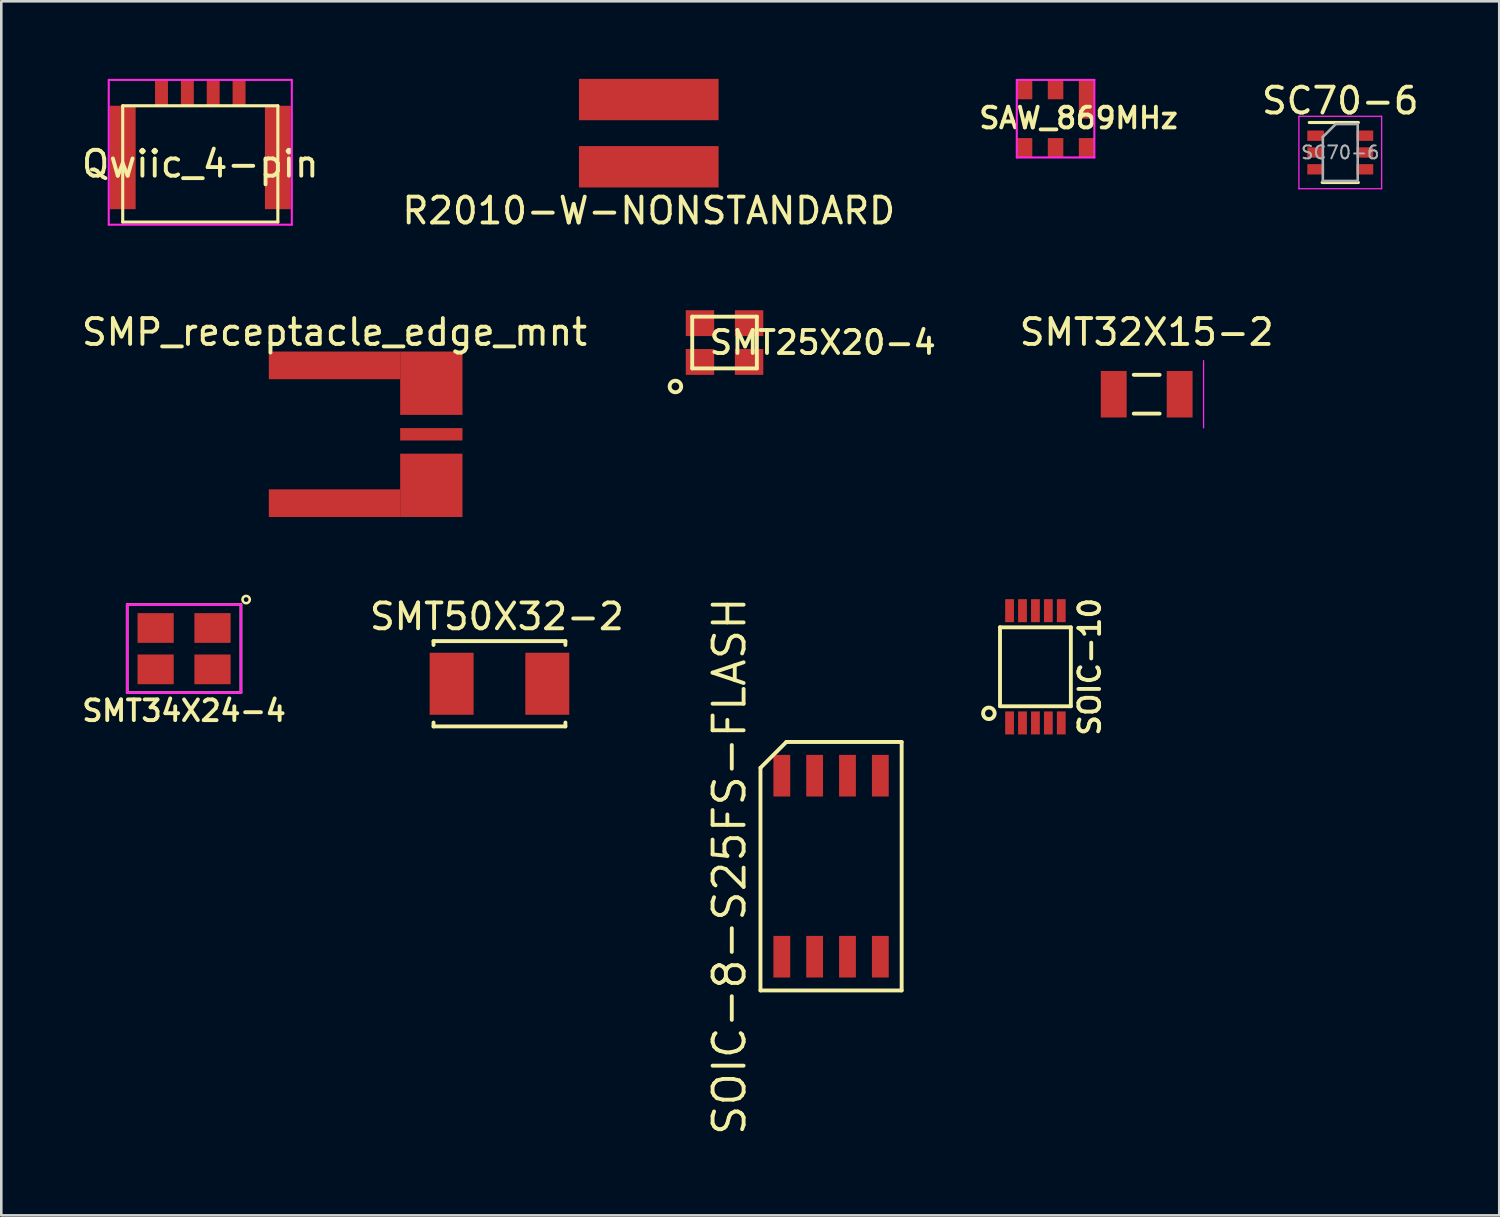
<source format=kicad_pcb>
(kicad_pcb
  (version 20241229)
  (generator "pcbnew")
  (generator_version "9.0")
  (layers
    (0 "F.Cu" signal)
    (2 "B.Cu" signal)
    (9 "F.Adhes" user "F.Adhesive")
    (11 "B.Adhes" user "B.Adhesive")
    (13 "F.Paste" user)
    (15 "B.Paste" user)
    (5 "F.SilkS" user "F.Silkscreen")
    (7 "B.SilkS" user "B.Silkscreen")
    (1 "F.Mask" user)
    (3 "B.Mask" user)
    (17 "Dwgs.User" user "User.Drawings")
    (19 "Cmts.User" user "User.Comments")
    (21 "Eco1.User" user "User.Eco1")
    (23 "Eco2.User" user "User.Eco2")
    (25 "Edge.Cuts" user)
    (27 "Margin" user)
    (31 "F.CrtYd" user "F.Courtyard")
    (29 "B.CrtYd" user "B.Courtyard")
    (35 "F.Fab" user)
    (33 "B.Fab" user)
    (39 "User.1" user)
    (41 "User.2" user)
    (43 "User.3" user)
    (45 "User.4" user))
  (footprint "SMT32X15-2"
    (layer "F.Cu")
    (at 41.299 12.197)
    (property "Reference" "SMT32X15-2" (at 0 -2.4 0) (layer "F.SilkS") (effects (font (size 1 1) (thickness 0.15))))
    (attr smd)
    (fp_line (start -0.5 -0.75) (end 0.5 -0.75) (stroke (width 0.15) (type solid)) (layer "F.SilkS"))
    (fp_line (start -0.5 0.75) (end 0.5 0.75) (stroke (width 0.15) (type solid)) (layer "F.SilkS"))
    (fp_line (start 2.2 -1.3) (end 2.2 1.3) (stroke (width 0.05) (type solid)) (layer "F.CrtYd"))
    (pad "1" smd rect (at -1.275 0) (size 1 1.8) (layers "F.Cu" "F.Mask" "F.Paste"))
    (pad "2" smd rect (at 1.275 0) (size 1 1.8) (layers "F.Cu" "F.Mask" "F.Paste")))
  (footprint "R2010-W-NONSTANDARD"
    (layer "F.Cu")
    (at 22.042 2.1)
    (property "Reference" "R2010-W-NONSTANDARD" (at 0 3 0) (layer "F.SilkS") (effects (font (size 1 1) (thickness 0.15))))
    (attr smd)
    (pad "1" smd rect (at 0 1.3) (size 5.4 1.6) (layers "F.Cu" "F.Mask" "F.Paste"))
    (pad "2" smd rect (at 0 -1.3) (size 5.4 1.6) (layers "F.Cu" "F.Mask" "F.Paste")))
  (footprint "SMP_receptacle_edge_mnt"
    (layer "F.Cu")
    (at 9.887 13.746)
    (property "Reference" "SMP_receptacle_edge_mnt" (at 0 -3.95 0) (layer "F.SilkS") (effects (font (size 1 1) (thickness 0.15))))
    (attr smd)
    (pad "1" smd rect (at 3.745 0) (size 2.41 0.48) (layers "F.Cu" "F.Mask" "F.Paste"))
    (pad "2" smd rect (at 0 -2.665) (size 5.08 1.07) (layers "F.Cu" "F.Mask" "F.Paste"))
    (pad "2" smd rect (at 0 2.665) (size 5.08 1.07) (layers "F.Cu" "F.Mask" "F.Paste"))
    (pad "2" smd rect (at 3.745 -1.975) (size 2.41 2.45) (layers "F.Cu" "F.Mask" "F.Paste"))
    (pad "2" smd rect (at 3.745 1.975) (size 2.41 2.45) (layers "F.Cu" "F.Mask" "F.Paste")))
  (footprint "SOIC-10"
    (layer "F.Cu")
    (at 36.996 22.739)
    (property "Reference" "SOIC-10" (at 2.1 0 90) (layer "F.SilkS") (effects (font (size 0.8 0.8) (thickness 0.15))))
    (attr smd)
    (fp_line (start -1.37 1.526) (end 1.37 1.526) (stroke (width 0.15) (type solid)) (layer "F.SilkS"))
    (fp_line (start -1.37 -1.53) (end -1.37 1.52) (stroke (width 0.15) (type solid)) (layer "F.SilkS"))
    (fp_line (start 1.37 -1.526) (end -1.371 -1.526) (stroke (width 0.15) (type solid)) (layer "F.SilkS"))
    (fp_line (start 1.37 1.526) (end 1.37 -1.526) (stroke (width 0.15) (type solid)) (layer "F.SilkS"))
    (fp_circle (center -1.8 1.8) (end -1.6 1.9) (stroke (width 0.15) (type solid)) (fill no) (layer "F.SilkS"))
    (pad "1" smd rect (at -1 2.171) (size 0.34 0.89) (layers "F.Cu" "F.Mask" "F.Paste"))
    (pad "2" smd rect (at -0.5 2.171) (size 0.34 0.89) (layers "F.Cu" "F.Mask" "F.Paste"))
    (pad "3" smd rect (at 0 2.171) (size 0.34 0.89) (layers "F.Cu" "F.Mask" "F.Paste"))
    (pad "4" smd rect (at 0.5 2.171) (size 0.34 0.89) (layers "F.Cu" "F.Mask" "F.Paste"))
    (pad "5" smd rect (at 1 2.171) (size 0.34 0.89) (layers "F.Cu" "F.Mask" "F.Paste"))
    (pad "6" smd rect (at 1 -2.171) (size 0.34 0.89) (layers "F.Cu" "F.Mask" "F.Paste"))
    (pad "7" smd rect (at 0.5 -2.171) (size 0.34 0.89) (layers "F.Cu" "F.Mask" "F.Paste"))
    (pad "8" smd rect (at 0 -2.171) (size 0.34 0.89) (layers "F.Cu" "F.Mask" "F.Paste"))
    (pad "9" smd rect (at -0.5 -2.171) (size 0.34 0.89) (layers "F.Cu" "F.Mask" "F.Paste"))
    (pad "10" smd rect (at -1 -2.171) (size 0.34 0.89) (layers "F.Cu" "F.Mask" "F.Paste")))
  (footprint "SMT25X20-4"
    (layer "F.Cu")
    (at 24.972 10.198)
    (property "Reference" "SMT25X20-4" (at 3.8 0 0) (layer "F.SilkS") (effects (font (size 0.889 0.889) (thickness 0.15))))
    (attr smd)
    (fp_line (start -1.25 -1) (end 1.25 -1) (stroke (width 0.15) (type solid)) (layer "F.SilkS"))
    (fp_line (start -1.25 1) (end -1.25 -1) (stroke (width 0.15) (type solid)) (layer "F.SilkS"))
    (fp_line (start 1.25 -1) (end 1.25 1) (stroke (width 0.15) (type solid)) (layer "F.SilkS"))
    (fp_line (start 1.25 1) (end -1.25 1) (stroke (width 0.15) (type solid)) (layer "F.SilkS"))
    (fp_circle (center -1.9 1.7) (end -1.8 1.9) (stroke (width 0.15) (type solid)) (fill no) (layer "F.SilkS"))
    (pad "1" smd rect (at -0.95 0.75) (size 1.1 1) (layers "F.Cu" "F.Mask" "F.Paste"))
    (pad "2" smd rect (at 0.95 0.75) (size 1.1 1) (layers "F.Cu" "F.Mask" "F.Paste"))
    (pad "3" smd rect (at 0.95 -0.75) (size 1.1 1) (layers "F.Cu" "F.Mask" "F.Paste"))
    (pad "4" smd rect (at -0.95 -0.75) (size 1.1 1) (layers "F.Cu" "F.Mask" "F.Paste")))
  (footprint "SMT34X24-4"
    (layer "F.Cu")
    (at 4.069 22.038)
    (property "Reference" "SMT34X24-4" (at 0 2.4 0) (layer "F.SilkS") (effects (font (size 0.8 0.8) (thickness 0.15))))
    (attr smd)
    (fp_line (start -2.2 -1.7) (end -2.2 1.7) (stroke (width 0.1) (type solid)) (layer "F.SilkS"))
    (fp_line (start -2.2 1.7) (end 2.2 1.7) (stroke (width 0.1) (type solid)) (layer "F.SilkS"))
    (fp_line (start 2.2 -1.7) (end -2.2 -1.7) (stroke (width 0.1) (type solid)) (layer "F.SilkS"))
    (fp_line (start 2.2 1.7) (end 2.2 -1.7) (stroke (width 0.1) (type solid)) (layer "F.SilkS"))
    (fp_circle (center 2.4 -1.9) (end 2.5 -1.8) (stroke (width 0.1) (type solid)) (fill no) (layer "F.SilkS"))
    (fp_line (start -2.2 -1.7) (end -2.2 1.7) (stroke (width 0.1) (type solid)) (layer "F.CrtYd"))
    (fp_line (start -2.2 1.7) (end 2.2 1.7) (stroke (width 0.1) (type solid)) (layer "F.CrtYd"))
    (fp_line (start 2.2 -1.7) (end -2.2 -1.7) (stroke (width 0.1) (type solid)) (layer "F.CrtYd"))
    (fp_line (start 2.2 1.7) (end 2.2 -1.7) (stroke (width 0.1) (type solid)) (layer "F.CrtYd"))
    (pad "1" smd rect (at 1.1 -0.8) (size 1.4 1.15) (layers "F.Cu" "F.Mask" "F.Paste"))
    (pad "2" smd rect (at -1.1 -0.8) (size 1.4 1.15) (layers "F.Cu" "F.Mask" "F.Paste"))
    (pad "3" smd rect (at -1.1 0.8) (size 1.4 1.15) (layers "F.Cu" "F.Mask" "F.Paste"))
    (pad "4" smd rect (at 1.1 0.8) (size 1.4 1.15) (layers "F.Cu" "F.Mask" "F.Paste")))
  (footprint "SAW_869MHz"
    (layer "F.Cu")
    (at 37.775 1.54)
    (property "Reference" "SAW_869MHz" (at 0.889 -0.025 180) (layer "F.SilkS") (effects (font (size 0.8 0.8) (thickness 0.15))))
    (attr through_hole)
    (fp_line (start -1.5 -1.5) (end -1.5 1.5) (stroke (width 0.08) (type solid)) (layer "F.CrtYd"))
    (fp_line (start -1.5 -1.5) (end 1.5 -1.5) (stroke (width 0.08) (type solid)) (layer "F.CrtYd"))
    (fp_line (start -1.5 1.5) (end 1.5 1.5) (stroke (width 0.08) (type solid)) (layer "F.CrtYd"))
    (fp_line (start 1.5 -1.5) (end 1.5 1.5) (stroke (width 0.08) (type solid)) (layer "F.CrtYd"))
    (pad "1" smd rect (at 1.2 -0.75) (size 0.6 1.5) (layers "F.Cu" "F.Mask" "F.Paste"))
    (pad "2" smd rect (at 0 -1.125) (size 0.6 0.75) (layers "F.Cu" "F.Mask" "F.Paste"))
    (pad "3" smd rect (at -1.2 -1.125) (size 0.6 0.75) (layers "F.Cu" "F.Mask" "F.Paste"))
    (pad "4" smd rect (at -1.2 1.125) (size 0.6 0.75) (layers "F.Cu" "F.Mask" "F.Paste"))
    (pad "5" smd rect (at 0 1.125) (size 0.6 0.75) (layers "F.Cu" "F.Mask" "F.Paste"))
    (pad "6" smd rect (at 1.2 1.125) (size 0.6 0.75) (layers "F.Cu" "F.Mask" "F.Paste")))
  (footprint "SMT50X32-2"
    (layer "F.Cu")
    (at 16.267 23.395)
    (property "Reference" "SMT50X32-2" (at -0.1 -2.6 0) (layer "F.SilkS") (effects (font (size 1 1) (thickness 0.15))))
    (attr smd)
    (fp_line (start -2.55 -1.65) (end 2.55 -1.65) (stroke (width 0.15) (type solid)) (layer "F.SilkS"))
    (fp_line (start -2.55 -1.5) (end -2.55 -1.65) (stroke (width 0.15) (type solid)) (layer "F.SilkS"))
    (fp_line (start -2.55 1.65) (end -2.55 1.5) (stroke (width 0.15) (type solid)) (layer "F.SilkS"))
    (fp_line (start 2.55 -1.65) (end 2.55 -1.5) (stroke (width 0.15) (type solid)) (layer "F.SilkS"))
    (fp_line (start 2.55 1.5) (end 2.55 1.65) (stroke (width 0.15) (type solid)) (layer "F.SilkS"))
    (fp_line (start 2.55 1.65) (end -2.55 1.65) (stroke (width 0.15) (type solid)) (layer "F.SilkS"))
    (pad "1" smd rect (at -1.85 0) (size 1.7 2.4) (layers "F.Cu" "F.Mask" "F.Paste"))
    (pad "2" smd rect (at 1.85 0) (size 1.7 2.4) (layers "F.Cu" "F.Mask" "F.Paste")))
  (footprint "SC70-6"
    (layer "F.Cu")
    (at 48.786 2.848)
    (property "Reference" "SC70-6" (at 0 -2 0) (layer "F.SilkS") (effects (font (size 1 1) (thickness 0.15))))
    (attr smd)
    (fp_line (start -0.7 1.16) (end 0.7 1.16) (stroke (width 0.12) (type solid)) (layer "F.SilkS"))
    (fp_line (start 0.7 -1.16) (end -1.2 -1.16) (stroke (width 0.12) (type solid)) (layer "F.SilkS"))
    (fp_line (start -1.6 -1.4) (end -1.6 1.4) (stroke (width 0.05) (type solid)) (layer "F.CrtYd"))
    (fp_line (start -1.6 -1.4) (end 1.6 -1.4) (stroke (width 0.05) (type solid)) (layer "F.CrtYd"))
    (fp_line (start -1.6 1.4) (end 1.6 1.4) (stroke (width 0.05) (type solid)) (layer "F.CrtYd"))
    (fp_line (start 1.6 1.4) (end 1.6 -1.4) (stroke (width 0.05) (type solid)) (layer "F.CrtYd"))
    (fp_line (start -0.675 -0.6) (end -0.675 1.1) (stroke (width 0.1) (type solid)) (layer "F.Fab"))
    (fp_line (start -0.175 -1.1) (end -0.675 -0.6) (stroke (width 0.1) (type solid)) (layer "F.Fab"))
    (fp_line (start 0.675 -1.1) (end -0.175 -1.1) (stroke (width 0.1) (type solid)) (layer "F.Fab"))
    (fp_line (start 0.675 -1.1) (end 0.675 1.1) (stroke (width 0.1) (type solid)) (layer "F.Fab"))
    (fp_line (start 0.675 1.1) (end -0.675 1.1) (stroke (width 0.1) (type solid)) (layer "F.Fab"))
    (fp_text user "${REFERENCE}" (at 0 0 0) (layer "F.Fab") (effects (font (size 0.5 0.5) (thickness 0.075))))
    (pad "1" smd rect (at -0.95 -0.65) (size 0.65 0.4) (layers "F.Cu" "F.Mask" "F.Paste"))
    (pad "2" smd rect (at -0.95 0) (size 0.65 0.4) (layers "F.Cu" "F.Mask" "F.Paste"))
    (pad "3" smd rect (at -0.95 0.65) (size 0.65 0.4) (layers "F.Cu" "F.Mask" "F.Paste"))
    (pad "4" smd rect (at 0.95 0.65) (size 0.65 0.4) (layers "F.Cu" "F.Mask" "F.Paste"))
    (pad "5" smd rect (at 0.95 0) (size 0.65 0.4) (layers "F.Cu" "F.Mask" "F.Paste"))
    (pad "6" smd rect (at 0.95 -0.65) (size 0.65 0.4) (layers "F.Cu" "F.Mask" "F.Paste")))
  (footprint "Qwiic_4-pin"
    (layer "F.Cu")
    (at 4.696 3.29)
    (property "Reference" "Qwiic_4-pin" (at 0 0 0) (layer "F.SilkS") (effects (font (size 1 1) (thickness 0.15))))
    (attr through_hole)
    (fp_line (start -3 -2.25) (end -3 2.25) (stroke (width 0.12) (type solid)) (layer "F.SilkS"))
    (fp_line (start -3 -2.25) (end 3 -2.25) (stroke (width 0.12) (type solid)) (layer "F.SilkS"))
    (fp_line (start -3 2.25) (end 3 2.25) (stroke (width 0.12) (type solid)) (layer "F.SilkS"))
    (fp_line (start 3 -2.25) (end 3 2.25) (stroke (width 0.12) (type solid)) (layer "F.SilkS"))
    (fp_line (start -3.54 -3.25) (end -3.54 2.35) (stroke (width 0.08) (type solid)) (layer "F.CrtYd"))
    (fp_line (start -3.54 -3.25) (end 3.54 -3.25) (stroke (width 0.08) (type solid)) (layer "F.CrtYd"))
    (fp_line (start 3.54 -3.25) (end 3.54 2.35) (stroke (width 0.08) (type solid)) (layer "F.CrtYd"))
    (fp_line (start 3.54 2.35) (end -3.54 2.35) (stroke (width 0.08) (type solid)) (layer "F.CrtYd"))
    (pad "1" smd rect (at 1.5 -2.75) (size 0.5 1) (layers "F.Cu" "F.Mask" "F.Paste"))
    (pad "2" smd rect (at 0.5 -2.75) (size 0.5 1) (layers "F.Cu" "F.Mask" "F.Paste"))
    (pad "3" smd rect (at -0.5 -2.75) (size 0.5 1) (layers "F.Cu" "F.Mask" "F.Paste"))
    (pad "4" smd rect (at -1.5 -2.75) (size 0.5 1) (layers "F.Cu" "F.Mask" "F.Paste"))
    (pad "GND" smd rect (at -3 -2.25) (size 1 4) (drill (offset 0 2)) (layers "F.Cu" "F.Mask" "F.Paste"))
    (pad "GND" smd rect (at 3 -2.25) (size 1 4) (drill (offset 0 2)) (layers "F.Cu" "F.Mask" "F.Paste")))
  (footprint "SOIC-8-S25FS-FLASH"
    (layer "F.Cu")
    (at 29.092 30.451)
    (property "Reference" "SOIC-8-S25FS-FLASH" (at -3.93 0 90) (layer "F.SilkS") (effects (font (size 1.2 1.2) (thickness 0.15))))
    (attr smd)
    (fp_line (start -2.73 -3.805) (end -2.73 4.805) (stroke (width 0.15) (type solid)) (layer "F.SilkS"))
    (fp_line (start -2.73 4.805) (end 2.73 4.805) (stroke (width 0.15) (type solid)) (layer "F.SilkS"))
    (fp_line (start -1.73 -4.805) (end -2.73 -3.805) (stroke (width 0.15) (type solid)) (layer "F.SilkS"))
    (fp_line (start 2.73 -4.805) (end -1.73 -4.805) (stroke (width 0.15) (type solid)) (layer "F.SilkS"))
    (fp_line (start 2.73 4.805) (end 2.73 -4.805) (stroke (width 0.15) (type solid)) (layer "F.SilkS"))
    (pad "1" smd rect (at -1.905 3.5) (size 0.65 1.61) (layers "F.Cu" "F.Mask" "F.Paste"))
    (pad "2" smd rect (at -0.635 3.5) (size 0.65 1.61) (layers "F.Cu" "F.Mask" "F.Paste"))
    (pad "3" smd rect (at 0.635 3.5) (size 0.65 1.61) (layers "F.Cu" "F.Mask" "F.Paste"))
    (pad "4" smd rect (at 1.905 3.5) (size 0.65 1.61) (layers "F.Cu" "F.Mask" "F.Paste"))
    (pad "5" smd rect (at 1.905 -3.5) (size 0.65 1.61) (layers "F.Cu" "F.Mask" "F.Paste"))
    (pad "6" smd rect (at 0.635 -3.5) (size 0.65 1.61) (layers "F.Cu" "F.Mask" "F.Paste"))
    (pad "7" smd rect (at -0.635 -3.5) (size 0.65 1.61) (layers "F.Cu" "F.Mask" "F.Paste"))
    (pad "8" smd rect (at -1.905 -3.5) (size 0.65 1.61) (layers "F.Cu" "F.Mask" "F.Paste")))
  (gr_rect
    (start -3 -3)
    (end 54.935 43.956)
    (stroke (width 0.1) (type default))
    (fill no)
    (layer "Edge.Cuts")))
</source>
